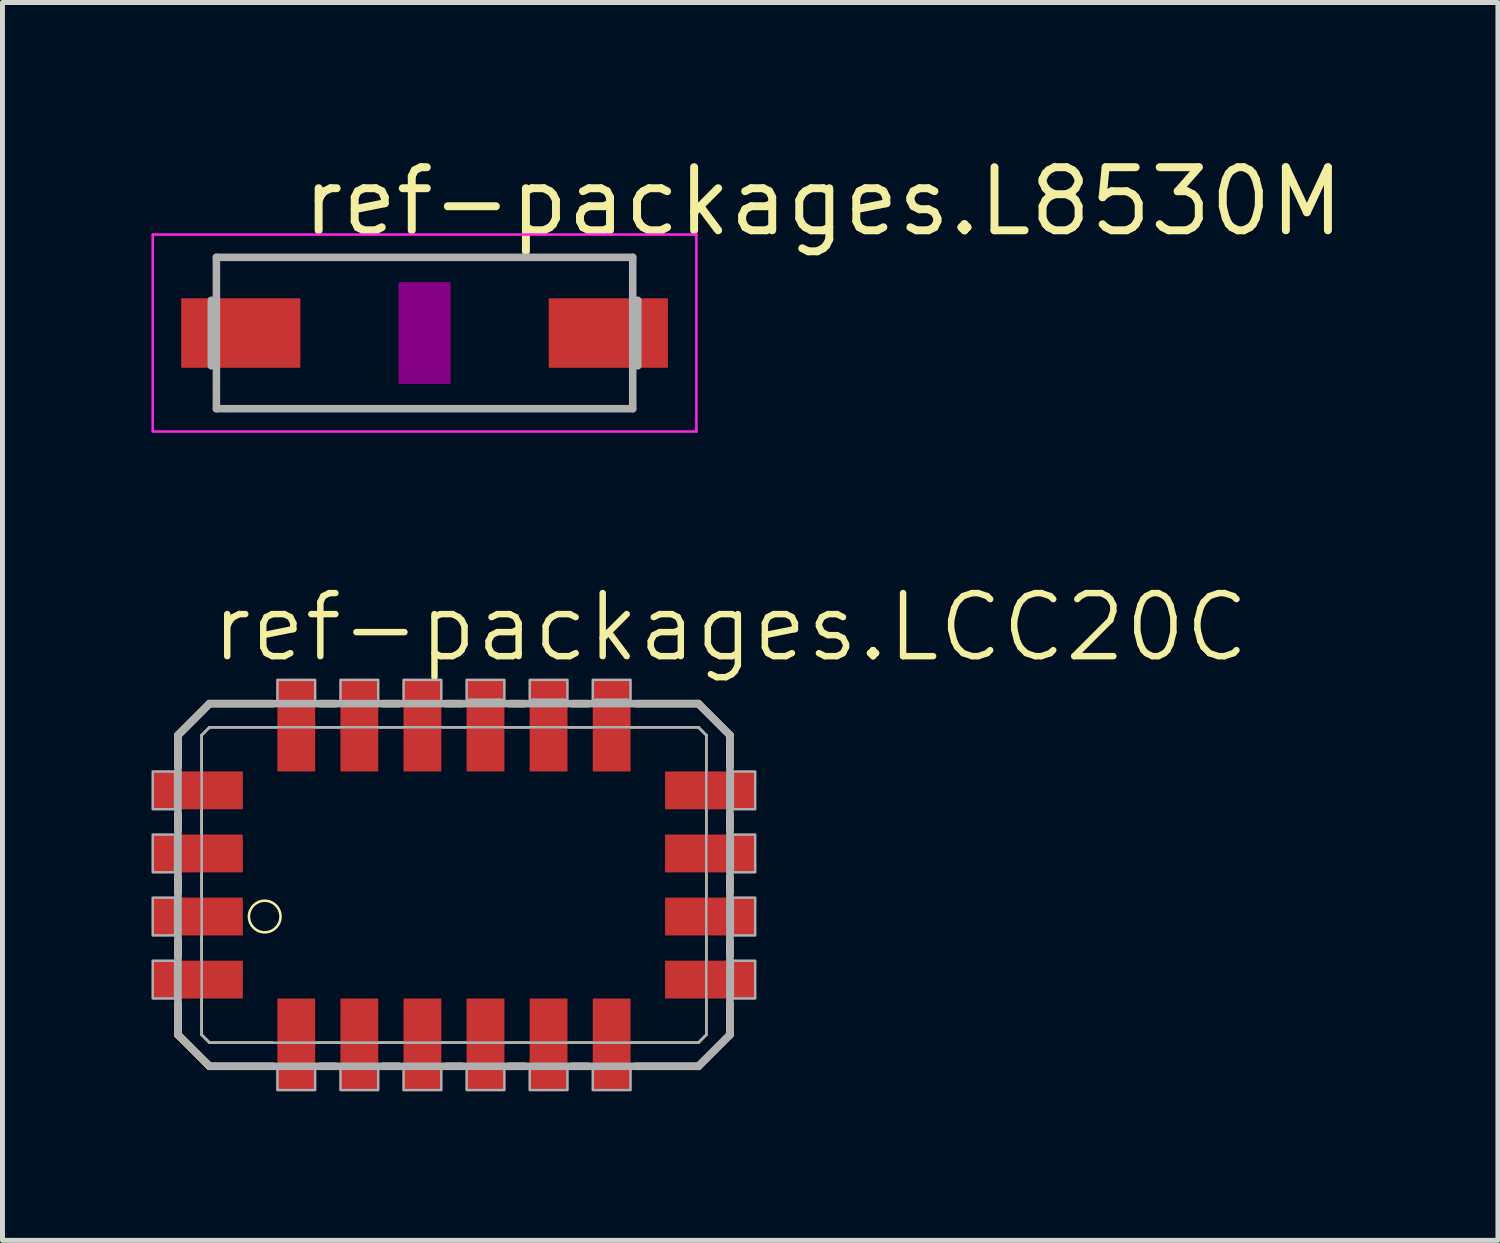
<source format=kicad_pcb>
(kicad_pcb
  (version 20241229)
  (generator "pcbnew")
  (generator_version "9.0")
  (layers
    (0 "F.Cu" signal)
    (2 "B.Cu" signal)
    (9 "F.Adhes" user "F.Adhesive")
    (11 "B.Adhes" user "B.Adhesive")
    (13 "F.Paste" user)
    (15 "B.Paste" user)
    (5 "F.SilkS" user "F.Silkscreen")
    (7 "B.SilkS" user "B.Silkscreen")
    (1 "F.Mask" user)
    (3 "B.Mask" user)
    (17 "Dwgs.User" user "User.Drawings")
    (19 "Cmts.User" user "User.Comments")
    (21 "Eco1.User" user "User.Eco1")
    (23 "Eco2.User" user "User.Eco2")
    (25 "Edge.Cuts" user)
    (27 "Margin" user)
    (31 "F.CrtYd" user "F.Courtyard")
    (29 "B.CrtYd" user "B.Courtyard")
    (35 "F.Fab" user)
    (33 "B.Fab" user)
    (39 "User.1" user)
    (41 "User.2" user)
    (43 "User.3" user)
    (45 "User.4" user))
  (footprint "ref-packages.L8530M"
    (layer "F.Cu")
    (at 5.498 3.655)
    (property "Reference" "ref-packages.L8530M" (at -2.54 -1.905 0) (layer "F.SilkS") (effects (font (size 1.27 1.27) (thickness 0.16)) (justify left bottom)))
    (attr smd)
    (fp_rect (start -0.5 1) (end 0.5 -1) (stroke (width 0.05) (type default)) (fill yes) (layer "F.Adhes"))
    (fp_line (start -5.473 -1.983) (end 5.473 -1.983) (stroke (width 0.051) (type default)) (layer "F.CrtYd"))
    (fp_line (start -5.473 1.983) (end -5.473 -1.983) (stroke (width 0.051) (type default)) (layer "F.CrtYd"))
    (fp_line (start 5.473 -1.983) (end 5.473 1.983) (stroke (width 0.051) (type default)) (layer "F.CrtYd"))
    (fp_line (start 5.473 1.983) (end -5.473 1.983) (stroke (width 0.051) (type default)) (layer "F.CrtYd"))
    (fp_line (start -4.293 0.66) (end -4.293 -0.66) (stroke (width 0.152) (type default)) (layer "F.Fab"))
    (fp_line (start -4.191 1.524) (end -4.191 -1.524) (stroke (width 0.152) (type default)) (layer "F.Fab"))
    (fp_line (start 4.191 -1.524) (end -4.191 -1.524) (stroke (width 0.152) (type default)) (layer "F.Fab"))
    (fp_line (start 4.191 1.524) (end -4.191 1.524) (stroke (width 0.152) (type default)) (layer "F.Fab"))
    (fp_line (start 4.191 1.524) (end 4.191 -1.524) (stroke (width 0.152) (type default)) (layer "F.Fab"))
    (fp_line (start 4.293 0.66) (end 4.293 -0.66) (stroke (width 0.152) (type default)) (layer "F.Fab"))
    (pad "1" smd roundrect (at -3.7 0) (size 2.4 1.4) (layers "F.Cu" "F.Mask" "F.Paste") (roundrect_rratio 0.01))
    (pad "2" smd roundrect (at 3.7 0) (size 2.4 1.4) (layers "F.Cu" "F.Mask" "F.Paste") (roundrect_rratio 0.01)))
  (footprint "ref-packages.LCC20C"
    (layer "F.Cu")
    (at 5.455 14.768)
    (property "Reference" "ref-packages.LCC20C" (at -4.318 -4.445 0) (layer "F.SilkS") (effects (font (size 1.27 1.27) (thickness 0.13)) (justify left bottom)))
    (attr smd)
    (fp_line (start -4.921 -3.016) (end -4.921 -2.381) (stroke (width 0.152) (type default)) (layer "F.SilkS"))
    (fp_line (start -4.921 -1.429) (end -4.921 -1.111) (stroke (width 0.152) (type default)) (layer "F.SilkS"))
    (fp_line (start -4.921 -0.159) (end -4.921 0.159) (stroke (width 0.152) (type default)) (layer "F.SilkS"))
    (fp_line (start -4.921 1.111) (end -4.921 1.429) (stroke (width 0.152) (type default)) (layer "F.SilkS"))
    (fp_line (start -4.921 2.381) (end -4.921 3.016) (stroke (width 0.152) (type default)) (layer "F.SilkS"))
    (fp_line (start -4.921 3.016) (end -4.286 3.651) (stroke (width 0.152) (type default)) (layer "F.SilkS"))
    (fp_line (start -4.445 -3.016) (end -4.286 -3.175) (stroke (width 0.051) (type default)) (layer "F.SilkS"))
    (fp_line (start -4.445 -2.302) (end -4.445 -3.016) (stroke (width 0.051) (type default)) (layer "F.SilkS"))
    (fp_line (start -4.445 -1.032) (end -4.445 -1.508) (stroke (width 0.051) (type default)) (layer "F.SilkS"))
    (fp_line (start -4.445 0.238) (end -4.445 -0.238) (stroke (width 0.051) (type default)) (layer "F.SilkS"))
    (fp_line (start -4.445 1.508) (end -4.445 1.032) (stroke (width 0.051) (type default)) (layer "F.SilkS"))
    (fp_line (start -4.445 3.016) (end -4.445 2.302) (stroke (width 0.051) (type default)) (layer "F.SilkS"))
    (fp_line (start -4.286 -3.651) (end -4.921 -3.016) (stroke (width 0.152) (type default)) (layer "F.SilkS"))
    (fp_line (start -4.286 -3.175) (end -2.937 -3.175) (stroke (width 0.051) (type default)) (layer "F.SilkS"))
    (fp_line (start -4.286 3.175) (end -4.445 3.016) (stroke (width 0.051) (type default)) (layer "F.SilkS"))
    (fp_line (start -4.286 3.651) (end -3.016 3.651) (stroke (width 0.152) (type default)) (layer "F.SilkS"))
    (fp_line (start -3.016 -3.651) (end -4.286 -3.651) (stroke (width 0.152) (type default)) (layer "F.SilkS"))
    (fp_line (start -3.016 3.175) (end -4.286 3.175) (stroke (width 0.051) (type default)) (layer "F.SilkS"))
    (fp_line (start -2.143 -3.175) (end -1.667 -3.175) (stroke (width 0.051) (type default)) (layer "F.SilkS"))
    (fp_line (start -2.064 3.651) (end -1.746 3.651) (stroke (width 0.152) (type default)) (layer "F.SilkS"))
    (fp_line (start -1.746 -3.651) (end -2.064 -3.651) (stroke (width 0.152) (type default)) (layer "F.SilkS"))
    (fp_line (start -1.667 3.175) (end -2.143 3.175) (stroke (width 0.051) (type default)) (layer "F.SilkS"))
    (fp_line (start -0.873 -3.175) (end -0.397 -3.175) (stroke (width 0.051) (type default)) (layer "F.SilkS"))
    (fp_line (start -0.794 3.651) (end -0.476 3.651) (stroke (width 0.152) (type default)) (layer "F.SilkS"))
    (fp_line (start -0.476 -3.651) (end -0.794 -3.651) (stroke (width 0.152) (type default)) (layer "F.SilkS"))
    (fp_line (start -0.397 3.175) (end -0.873 3.175) (stroke (width 0.051) (type default)) (layer "F.SilkS"))
    (fp_line (start 0.397 -3.175) (end 0.873 -3.175) (stroke (width 0.051) (type default)) (layer "F.SilkS"))
    (fp_line (start 0.476 3.651) (end 0.794 3.651) (stroke (width 0.152) (type default)) (layer "F.SilkS"))
    (fp_line (start 0.794 -3.651) (end 0.476 -3.651) (stroke (width 0.152) (type default)) (layer "F.SilkS"))
    (fp_line (start 0.873 3.175) (end 0.397 3.175) (stroke (width 0.051) (type default)) (layer "F.SilkS"))
    (fp_line (start 1.667 -3.175) (end 2.143 -3.175) (stroke (width 0.051) (type default)) (layer "F.SilkS"))
    (fp_line (start 1.746 3.651) (end 2.064 3.651) (stroke (width 0.152) (type default)) (layer "F.SilkS"))
    (fp_line (start 2.064 -3.651) (end 1.746 -3.651) (stroke (width 0.152) (type default)) (layer "F.SilkS"))
    (fp_line (start 2.143 3.175) (end 1.667 3.175) (stroke (width 0.051) (type default)) (layer "F.SilkS"))
    (fp_line (start 2.937 -3.175) (end 3.413 -3.175) (stroke (width 0.051) (type default)) (layer "F.SilkS"))
    (fp_line (start 3.016 3.651) (end 3.334 3.651) (stroke (width 0.152) (type default)) (layer "F.SilkS"))
    (fp_line (start 3.334 -3.651) (end 3.016 -3.651) (stroke (width 0.152) (type default)) (layer "F.SilkS"))
    (fp_line (start 3.413 3.175) (end 2.937 3.175) (stroke (width 0.051) (type default)) (layer "F.SilkS"))
    (fp_line (start 4.207 -3.175) (end 5.556 -3.175) (stroke (width 0.051) (type default)) (layer "F.SilkS"))
    (fp_line (start 4.286 3.651) (end 5.556 3.651) (stroke (width 0.152) (type default)) (layer "F.SilkS"))
    (fp_line (start 5.556 -3.651) (end 4.286 -3.651) (stroke (width 0.152) (type default)) (layer "F.SilkS"))
    (fp_line (start 5.556 -3.175) (end 5.715 -3.016) (stroke (width 0.051) (type default)) (layer "F.SilkS"))
    (fp_line (start 5.556 3.175) (end 4.207 3.175) (stroke (width 0.051) (type default)) (layer "F.SilkS"))
    (fp_line (start 5.556 3.651) (end 6.191 3.016) (stroke (width 0.152) (type default)) (layer "F.SilkS"))
    (fp_line (start 5.715 -3.016) (end 5.715 -2.302) (stroke (width 0.051) (type default)) (layer "F.SilkS"))
    (fp_line (start 5.715 -1.508) (end 5.715 -1.032) (stroke (width 0.051) (type default)) (layer "F.SilkS"))
    (fp_line (start 5.715 -0.238) (end 5.715 0.238) (stroke (width 0.051) (type default)) (layer "F.SilkS"))
    (fp_line (start 5.715 1.032) (end 5.715 1.508) (stroke (width 0.051) (type default)) (layer "F.SilkS"))
    (fp_line (start 5.715 2.302) (end 5.715 3.016) (stroke (width 0.051) (type default)) (layer "F.SilkS"))
    (fp_line (start 5.715 3.016) (end 5.556 3.175) (stroke (width 0.051) (type default)) (layer "F.SilkS"))
    (fp_line (start 6.191 -3.016) (end 5.556 -3.651) (stroke (width 0.152) (type default)) (layer "F.SilkS"))
    (fp_line (start 6.191 -2.381) (end 6.191 -3.016) (stroke (width 0.152) (type default)) (layer "F.SilkS"))
    (fp_line (start 6.191 -1.111) (end 6.191 -1.429) (stroke (width 0.152) (type default)) (layer "F.SilkS"))
    (fp_line (start 6.191 0.159) (end 6.191 -0.159) (stroke (width 0.152) (type default)) (layer "F.SilkS"))
    (fp_line (start 6.191 1.429) (end 6.191 1.111) (stroke (width 0.152) (type default)) (layer "F.SilkS"))
    (fp_line (start 6.191 3.016) (end 6.191 2.381) (stroke (width 0.152) (type default)) (layer "F.SilkS"))
    (fp_circle (center -3.175 0.635) (end -2.857 0.635) (stroke (width 0.051) (type default)) (fill no) (layer "F.SilkS"))
    (fp_line (start -4.921 -3.016) (end -4.921 3.016) (stroke (width 0.152) (type default)) (layer "F.Fab"))
    (fp_line (start -4.921 3.016) (end -4.286 3.651) (stroke (width 0.152) (type default)) (layer "F.Fab"))
    (fp_line (start -4.445 -3.016) (end -4.286 -3.175) (stroke (width 0.051) (type default)) (layer "F.Fab"))
    (fp_line (start -4.445 3.016) (end -4.445 -3.016) (stroke (width 0.051) (type default)) (layer "F.Fab"))
    (fp_line (start -4.286 -3.651) (end -4.921 -3.016) (stroke (width 0.152) (type default)) (layer "F.Fab"))
    (fp_line (start -4.286 -3.175) (end 5.556 -3.175) (stroke (width 0.051) (type default)) (layer "F.Fab"))
    (fp_line (start -4.286 3.175) (end -4.445 3.016) (stroke (width 0.051) (type default)) (layer "F.Fab"))
    (fp_line (start -4.286 3.651) (end 5.556 3.651) (stroke (width 0.152) (type default)) (layer "F.Fab"))
    (fp_line (start 0.95 -3.68) (end 1.59 -3.68) (stroke (width 0.152) (type default)) (layer "F.Fab"))
    (fp_line (start 2.22 -3.68) (end 2.86 -3.68) (stroke (width 0.152) (type default)) (layer "F.Fab"))
    (fp_line (start 3.49 -3.68) (end 4.13 -3.68) (stroke (width 0.152) (type default)) (layer "F.Fab"))
    (fp_line (start 5.556 -3.651) (end -4.286 -3.651) (stroke (width 0.152) (type default)) (layer "F.Fab"))
    (fp_line (start 5.556 -3.175) (end 5.715 -3.016) (stroke (width 0.051) (type default)) (layer "F.Fab"))
    (fp_line (start 5.556 3.175) (end -4.286 3.175) (stroke (width 0.051) (type default)) (layer "F.Fab"))
    (fp_line (start 5.556 3.651) (end 6.191 3.016) (stroke (width 0.152) (type default)) (layer "F.Fab"))
    (fp_line (start 5.715 -3.016) (end 5.715 3.016) (stroke (width 0.051) (type default)) (layer "F.Fab"))
    (fp_line (start 5.715 3.016) (end 5.556 3.175) (stroke (width 0.051) (type default)) (layer "F.Fab"))
    (fp_line (start 6.191 -3.016) (end 5.556 -3.651) (stroke (width 0.152) (type default)) (layer "F.Fab"))
    (fp_line (start 6.191 3.016) (end 6.191 -3.016) (stroke (width 0.152) (type default)) (layer "F.Fab"))
    (fp_rect (start -5.43 -1.525) (end -4.98 -2.285) (stroke (width 0.05) (type default)) (fill no) (layer "F.Fab"))
    (fp_rect (start -5.43 -0.255) (end -4.98 -1.015) (stroke (width 0.05) (type default)) (fill no) (layer "F.Fab"))
    (fp_rect (start -5.43 1.015) (end -4.98 0.255) (stroke (width 0.05) (type default)) (fill no) (layer "F.Fab"))
    (fp_rect (start -5.43 2.285) (end -4.98 1.525) (stroke (width 0.05) (type default)) (fill no) (layer "F.Fab"))
    (fp_rect (start -2.92 -3.68) (end -2.16 -4.13) (stroke (width 0.05) (type default)) (fill no) (layer "F.Fab"))
    (fp_rect (start -2.92 4.13) (end -2.16 3.68) (stroke (width 0.05) (type default)) (fill no) (layer "F.Fab"))
    (fp_rect (start -1.65 -3.68) (end -0.89 -4.13) (stroke (width 0.05) (type default)) (fill no) (layer "F.Fab"))
    (fp_rect (start -1.65 4.13) (end -0.89 3.68) (stroke (width 0.05) (type default)) (fill no) (layer "F.Fab"))
    (fp_rect (start -0.38 -3.68) (end 0.38 -4.13) (stroke (width 0.05) (type default)) (fill no) (layer "F.Fab"))
    (fp_rect (start -0.38 4.13) (end 0.38 3.68) (stroke (width 0.05) (type default)) (fill no) (layer "F.Fab"))
    (fp_rect (start 0.89 -3.68) (end 1.65 -4.13) (stroke (width 0.05) (type default)) (fill no) (layer "F.Fab"))
    (fp_rect (start 0.89 4.13) (end 1.65 3.68) (stroke (width 0.05) (type default)) (fill no) (layer "F.Fab"))
    (fp_rect (start 2.16 -3.68) (end 2.92 -4.13) (stroke (width 0.05) (type default)) (fill no) (layer "F.Fab"))
    (fp_rect (start 2.16 4.13) (end 2.92 3.68) (stroke (width 0.05) (type default)) (fill no) (layer "F.Fab"))
    (fp_rect (start 3.43 -3.68) (end 4.19 -4.13) (stroke (width 0.05) (type default)) (fill no) (layer "F.Fab"))
    (fp_rect (start 3.43 4.13) (end 4.19 3.68) (stroke (width 0.05) (type default)) (fill no) (layer "F.Fab"))
    (fp_rect (start 6.25 -1.525) (end 6.7 -2.285) (stroke (width 0.05) (type default)) (fill no) (layer "F.Fab"))
    (fp_rect (start 6.25 -0.255) (end 6.7 -1.015) (stroke (width 0.05) (type default)) (fill no) (layer "F.Fab"))
    (fp_rect (start 6.25 1.015) (end 6.7 0.255) (stroke (width 0.05) (type default)) (fill no) (layer "F.Fab"))
    (fp_rect (start 6.25 2.285) (end 6.7 1.525) (stroke (width 0.05) (type default)) (fill no) (layer "F.Fab"))
    (pad "1" smd roundrect (at -4.53 0.635) (size 1.829 0.762) (layers "F.Cu" "F.Mask" "F.Paste") (roundrect_rratio 0.01))
    (pad "2" smd roundrect (at -4.53 1.905) (size 1.829 0.762) (layers "F.Cu" "F.Mask" "F.Paste") (roundrect_rratio 0.01))
    (pad "3" smd roundrect (at -2.54 3.2) (size 0.762 1.829) (layers "F.Cu" "F.Mask" "F.Paste") (roundrect_rratio 0.01))
    (pad "4" smd roundrect (at -1.27 3.2) (size 0.762 1.829) (layers "F.Cu" "F.Mask" "F.Paste") (roundrect_rratio 0.01))
    (pad "5" smd roundrect (at 0 3.2) (size 0.762 1.829) (layers "F.Cu" "F.Mask" "F.Paste") (roundrect_rratio 0.01))
    (pad "6" smd roundrect (at 1.27 3.2) (size 0.762 1.829) (layers "F.Cu" "F.Mask" "F.Paste") (roundrect_rratio 0.01))
    (pad "7" smd roundrect (at 2.54 3.2) (size 0.762 1.829) (layers "F.Cu" "F.Mask" "F.Paste") (roundrect_rratio 0.01))
    (pad "8" smd roundrect (at 3.81 3.2) (size 0.762 1.829) (layers "F.Cu" "F.Mask" "F.Paste") (roundrect_rratio 0.01))
    (pad "9" smd roundrect (at 5.8 1.905) (size 1.829 0.762) (layers "F.Cu" "F.Mask" "F.Paste") (roundrect_rratio 0.01))
    (pad "10" smd roundrect (at 5.8 0.635) (size 1.829 0.762) (layers "F.Cu" "F.Mask" "F.Paste") (roundrect_rratio 0.01))
    (pad "11" smd roundrect (at 5.8 -0.635) (size 1.829 0.762) (layers "F.Cu" "F.Mask" "F.Paste") (roundrect_rratio 0.01))
    (pad "12" smd roundrect (at 5.8 -1.905) (size 1.829 0.762) (layers "F.Cu" "F.Mask" "F.Paste") (roundrect_rratio 0.01))
    (pad "13" smd roundrect (at 3.81 -3.2) (size 0.762 1.829) (layers "F.Cu" "F.Mask" "F.Paste") (roundrect_rratio 0.01))
    (pad "14" smd roundrect (at 2.54 -3.2) (size 0.762 1.829) (layers "F.Cu" "F.Mask" "F.Paste") (roundrect_rratio 0.01))
    (pad "15" smd roundrect (at 1.27 -3.2) (size 0.762 1.829) (layers "F.Cu" "F.Mask" "F.Paste") (roundrect_rratio 0.01))
    (pad "16" smd roundrect (at 0 -3.2) (size 0.762 1.829) (layers "F.Cu" "F.Mask" "F.Paste") (roundrect_rratio 0.01))
    (pad "17" smd roundrect (at -1.27 -3.2) (size 0.762 1.829) (layers "F.Cu" "F.Mask" "F.Paste") (roundrect_rratio 0.01))
    (pad "18" smd roundrect (at -2.54 -3.2) (size 0.762 1.829) (layers "F.Cu" "F.Mask" "F.Paste") (roundrect_rratio 0.01))
    (pad "19" smd roundrect (at -4.53 -1.905) (size 1.829 0.762) (layers "F.Cu" "F.Mask" "F.Paste") (roundrect_rratio 0.01))
    (pad "20" smd roundrect (at -4.53 -0.635) (size 1.829 0.762) (layers "F.Cu" "F.Mask" "F.Paste") (roundrect_rratio 0.01)))
  (gr_rect
    (start -3 -3)
    (end 27.109 21.923)
    (stroke (width 0.1) (type default))
    (fill no)
    (layer "Edge.Cuts")))
</source>
